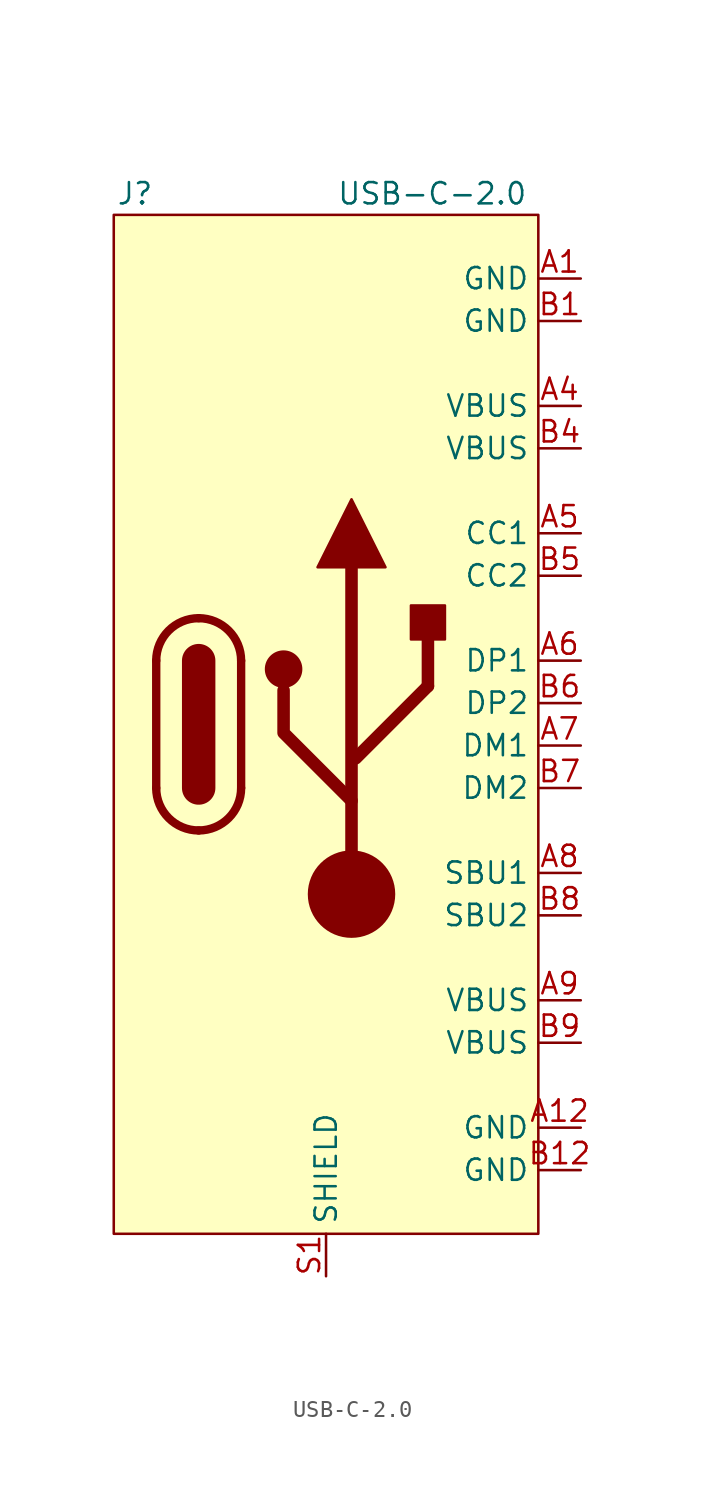
<source format=kicad_sym>
(kicad_symbol_lib
  (version 20211014)
  (generator kicad_symbol_editor)
  (symbol "USB-C-2.0"
    (property "Reference" "J"
      (at -11.43 31.75 0)
      (effects (font (size 1.27 1.27))))
    (property "Value" "USB-C-2.0"
      (at 6.35 31.75 0)
      (effects (font (size 1.27 1.27))))
    (symbol "USB-C-2.0_0_1"
      (rectangle (start -12.7 30.48) (end 12.7 -30.48) (stroke (width 0) (type default) (color 0 0 0 0)) (fill (type background)))
      (arc (start -10.16 -3.81) (mid -9.4161 -5.6061) (end -7.62 -6.35) (stroke (width 0.5) (type default) (color 0 0 0 0)) (fill (type none)))
      (arc (start -7.62 -6.35) (mid -5.8239 -5.6061) (end -5.08 -3.81) (stroke (width 0.5) (type default) (color 0 0 0 0)) (fill (type none)))
      (arc (start -7.62 6.35) (mid -9.4161 5.6061) (end -10.16 3.81) (stroke (width 0.5) (type default) (color 0 0 0 0)) (fill (type none)))
      (arc (start -5.08 3.81) (mid -5.8239 5.6061) (end -7.62 6.35) (stroke (width 0.5) (type default) (color 0 0 0 0)) (fill (type none)))
      (circle (center -2.54 3.302) (radius 1.047) (stroke (width 0) (type default) (color 0 0 0 0)) (fill (type outline)))
      (polyline (pts (xy -10.16 3.81) (xy -10.16 -3.81)) (stroke (width 0.5) (type default) (color 0 0 0 0)) (fill (type none)))
      (polyline (pts (xy -7.62 3.81) (xy -7.62 -3.81)) (stroke (width 2) (type default) (color 0 0 0 0)) (fill (type none)))
      (polyline (pts (xy -5.08 3.81) (xy -5.08 -3.81)) (stroke (width 0.5) (type default) (color 0 0 0 0)) (fill (type none)))
      (polyline (pts (xy 1.524 -11.938) (xy 1.524 9.652)) (stroke (width 0.75) (type default) (color 0 0 0 0)) (fill (type none)))
      (polyline (pts (xy 6.096 2.286) (xy 1.778 -2.032)) (stroke (width 0.75) (type default) (color 0 0 0 0)) (fill (type none)))
      (polyline (pts (xy 6.096 6.096) (xy 6.096 2.286)) (stroke (width 0.75) (type default) (color 0 0 0 0)) (fill (type none)))
      (polyline (pts (xy -2.54 2.032) (xy -2.54 -0.508) (xy 1.524 -4.572)) (stroke (width 0.75) (type default) (color 0 0 0 0)) (fill (type none)))
      (polyline (pts (xy 1.524 13.462) (xy -0.508 9.398) (xy 3.556 9.398) (xy 1.524 13.462)) (stroke (width 0) (type default) (color 0 0 0 0)) (fill (type outline)))
      (circle (center 1.524 -10.16) (radius 2.54) (stroke (width 0) (type default) (color 0 0 0 0)) (fill (type outline)))
      (rectangle (start 5.08 7.112) (end 7.112 5.08) (stroke (width 0) (type default) (color 0 0 0 0)) (fill (type outline))))
    (symbol "USB-C-2.0_1_1"
      (pin passive line (at 15.24 26.67 180) (length 2.54) (name "GND" (effects (font (size 1.27 1.27)))) (number "A1" (effects (font (size 1.27 1.27)))))
      (pin passive line (at 15.24 -24.13 180) (length 2.54) (name "GND" (effects (font (size 1.27 1.27)))) (number "A12" (effects (font (size 1.27 1.27)))))
      (pin passive line (at 15.24 19.05 180) (length 2.54) (name "VBUS" (effects (font (size 1.27 1.27)))) (number "A4" (effects (font (size 1.27 1.27)))))
      (pin passive line (at 15.24 11.43 180) (length 2.54) (name "CC1" (effects (font (size 1.27 1.27)))) (number "A5" (effects (font (size 1.27 1.27)))))
      (pin passive line (at 15.24 3.81 180) (length 2.54) (name "DP1" (effects (font (size 1.27 1.27)))) (number "A6" (effects (font (size 1.27 1.27)))))
      (pin passive line (at 15.24 -1.27 180) (length 2.54) (name "DM1" (effects (font (size 1.27 1.27)))) (number "A7" (effects (font (size 1.27 1.27)))))
      (pin passive line (at 15.24 -8.89 180) (length 2.54) (name "SBU1" (effects (font (size 1.27 1.27)))) (number "A8" (effects (font (size 1.27 1.27)))))
      (pin passive line (at 15.24 -16.51 180) (length 2.54) (name "VBUS" (effects (font (size 1.27 1.27)))) (number "A9" (effects (font (size 1.27 1.27)))))
      (pin passive line (at 15.24 24.13 180) (length 2.54) (name "GND" (effects (font (size 1.27 1.27)))) (number "B1" (effects (font (size 1.27 1.27)))))
      (pin passive line (at 15.24 -26.67 180) (length 2.54) (name "GND" (effects (font (size 1.27 1.27)))) (number "B12" (effects (font (size 1.27 1.27)))))
      (pin passive line (at 15.24 16.51 180) (length 2.54) (name "VBUS" (effects (font (size 1.27 1.27)))) (number "B4" (effects (font (size 1.27 1.27)))))
      (pin passive line (at 15.24 8.89 180) (length 2.54) (name "CC2" (effects (font (size 1.27 1.27)))) (number "B5" (effects (font (size 1.27 1.27)))))
      (pin passive line (at 15.24 1.27 180) (length 2.54) (name "DP2" (effects (font (size 1.27 1.27)))) (number "B6" (effects (font (size 1.27 1.27)))))
      (pin passive line (at 15.24 -3.81 180) (length 2.54) (name "DM2" (effects (font (size 1.27 1.27)))) (number "B7" (effects (font (size 1.27 1.27)))))
      (pin passive line (at 15.24 -11.43 180) (length 2.54) (name "SBU2" (effects (font (size 1.27 1.27)))) (number "B8" (effects (font (size 1.27 1.27)))))
      (pin passive line (at 15.24 -19.05 180) (length 2.54) (name "VBUS" (effects (font (size 1.27 1.27)))) (number "B9" (effects (font (size 1.27 1.27)))))
      (pin passive line (at 0 -33.02 90) (length 2.54) (name "SHIELD" (effects (font (size 1.27 1.27)))) (number "S1" (effects (font (size 1.27 1.27))))))))
</source>
